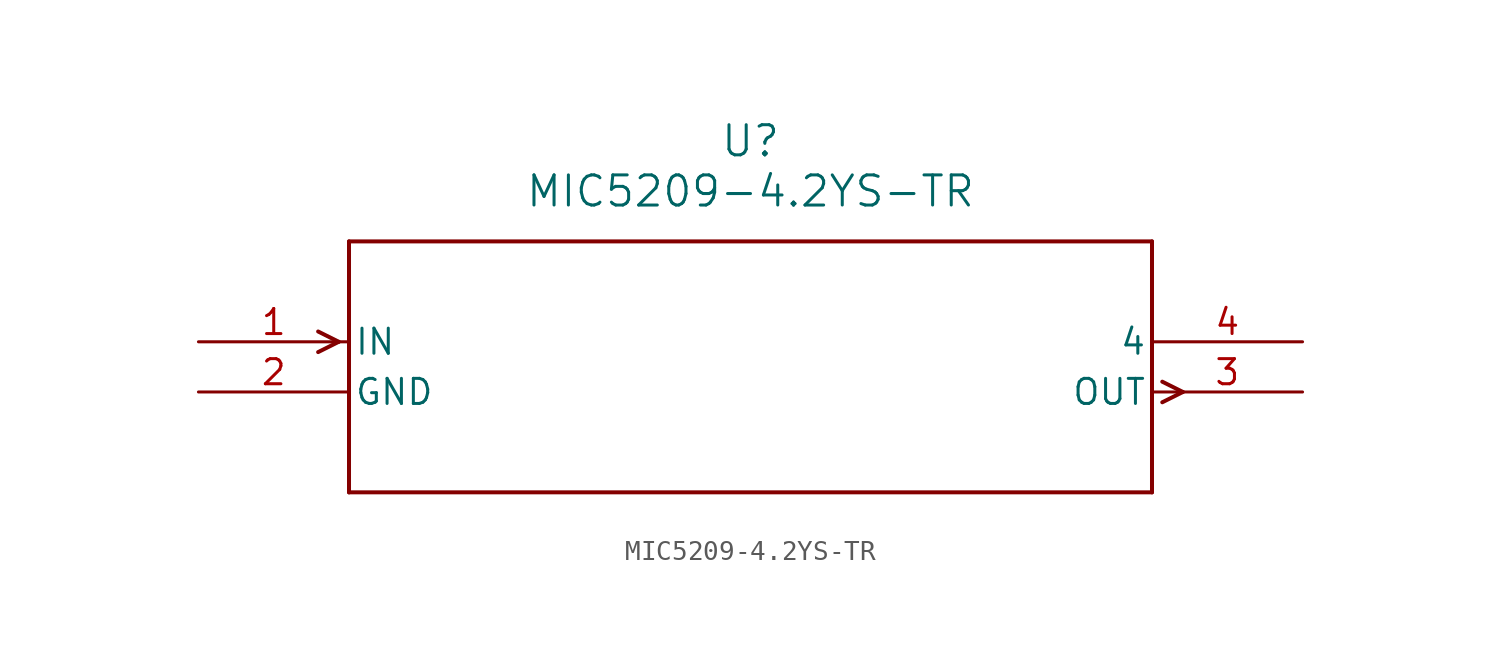
<source format=kicad_sym>
(kicad_symbol_lib
  (version 20211014)
  (generator kicad_symbol_editor)
  (symbol "MIC5209-4.2YS-TR"
    (pin_names
      (offset 0.254))
    (property "Reference" "U"
      (at 27.94 10.16 0)
      (effects (font (size 1.524 1.524))))
    (property "Value" "MIC5209-4.2YS-TR"
      (at 27.94 7.62 0)
      (effects (font (size 1.524 1.524))))
    (symbol "MIC5209-4.2YS-TR_0_1"
      (polyline (pts (xy 7.099 0) (xy 6.058 0.521)) (stroke (width 0.203) (type default) (color 0 0 0 0)) (fill (type none)))
      (polyline (pts (xy 7.099 0) (xy 6.058 -0.521)) (stroke (width 0.203) (type default) (color 0 0 0 0)) (fill (type none)))
      (polyline (pts (xy 48.781 -2.019) (xy 49.822 -2.54)) (stroke (width 0.203) (type default) (color 0 0 0 0)) (fill (type none)))
      (polyline (pts (xy 48.781 -3.061) (xy 49.822 -2.54)) (stroke (width 0.203) (type default) (color 0 0 0 0)) (fill (type none)))
      (polyline (pts (xy 7.62 5.08) (xy 7.62 -7.62)) (stroke (width 0.203) (type default) (color 0 0 0 0)) (fill (type none)))
      (polyline (pts (xy 7.62 -7.62) (xy 48.26 -7.62)) (stroke (width 0.203) (type default) (color 0 0 0 0)) (fill (type none)))
      (polyline (pts (xy 48.26 -7.62) (xy 48.26 5.08)) (stroke (width 0.203) (type default) (color 0 0 0 0)) (fill (type none)))
      (polyline (pts (xy 48.26 5.08) (xy 7.62 5.08)) (stroke (width 0.203) (type default) (color 0 0 0 0)) (fill (type none)))
      (pin input line (at 0 0 0) (length 7.62) (name "IN" (effects (font (size 1.27 1.27)))) (number "1" (effects (font (size 1.27 1.27)))))
      (pin power_in line (at 0 -2.54 0) (length 7.62) (name "GND" (effects (font (size 1.27 1.27)))) (number "2" (effects (font (size 1.27 1.27)))))
      (pin output line (at 55.88 -2.54 180) (length 7.62) (name "OUT" (effects (font (size 1.27 1.27)))) (number "3" (effects (font (size 1.27 1.27)))))
      (pin unspecified line (at 55.88 0 180) (length 7.62) (name "4" (effects (font (size 1.27 1.27)))) (number "4" (effects (font (size 1.27 1.27))))))))
</source>
